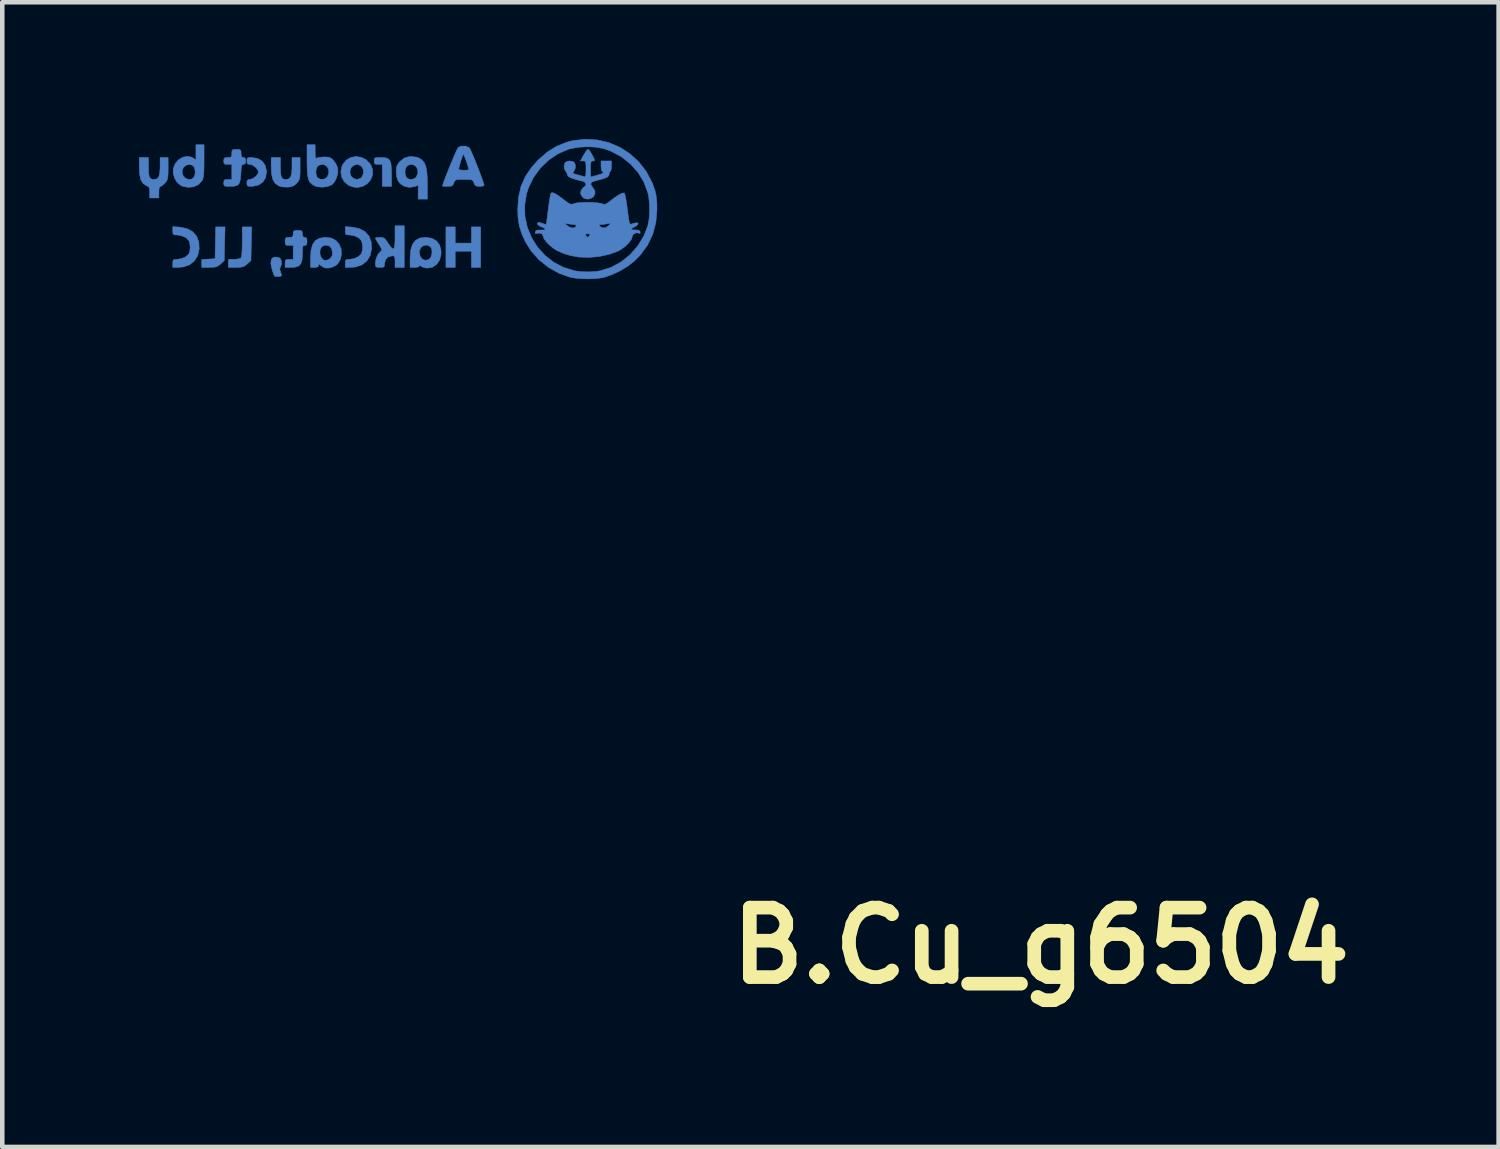
<source format=kicad_pcb>
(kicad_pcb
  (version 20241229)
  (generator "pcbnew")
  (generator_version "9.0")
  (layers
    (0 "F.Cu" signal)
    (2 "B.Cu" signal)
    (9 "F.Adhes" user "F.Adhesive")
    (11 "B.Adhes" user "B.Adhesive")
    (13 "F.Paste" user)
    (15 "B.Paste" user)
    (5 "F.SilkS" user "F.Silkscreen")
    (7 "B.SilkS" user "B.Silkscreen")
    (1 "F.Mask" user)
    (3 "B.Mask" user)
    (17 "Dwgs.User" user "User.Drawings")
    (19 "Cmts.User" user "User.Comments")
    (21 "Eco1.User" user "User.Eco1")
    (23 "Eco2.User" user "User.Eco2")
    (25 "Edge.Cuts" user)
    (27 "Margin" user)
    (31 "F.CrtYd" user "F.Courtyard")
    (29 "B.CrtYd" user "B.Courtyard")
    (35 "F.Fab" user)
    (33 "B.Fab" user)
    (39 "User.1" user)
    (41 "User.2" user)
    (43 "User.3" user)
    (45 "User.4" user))
  (footprint "B.Cu_g6504"
    (layer "F.Cu")
    (at 19.792 17.703)
    (property "Reference" "B.Cu_g6504" (at 0 0 0) (layer "F.SilkS") (effects (font (size 1.524 1.524) (thickness 0.3))))
    (attr through_hole)
    (fp_poly (pts (xy -12.852 -15.418) (xy -12.497 -15.418) (xy -12.497 -15.773) (xy -12.294 -15.773) (xy -12.294 -14.884) (xy -12.497 -14.884) (xy -12.497 -15.24) (xy -12.852 -15.24) (xy -12.852 -14.884) (xy -13.056 -14.884) (xy -13.056 -15.773) (xy -12.852 -15.773) (xy -12.852 -15.418)) (stroke (width 0.01) (type solid)) (fill yes) (layer "B.Cu"))
    (fp_poly (pts (xy -17.911 -15.403) (xy -17.92 -15.033) (xy -18.003 -14.958) (xy -18.055 -14.917) (xy -18.107 -14.895) (xy -18.176 -14.886) (xy -18.25 -14.884) (xy -18.415 -14.884) (xy -18.415 -15.06) (xy -18.269 -15.067) (xy -18.123 -15.075) (xy -18.116 -15.424) (xy -18.109 -15.773) (xy -17.903 -15.773) (xy -17.911 -15.403)) (stroke (width 0.01) (type solid)) (fill yes) (layer "B.Cu"))
    (fp_poly (pts (xy -14.396 -17.293) (xy -14.33 -17.274) (xy -14.287 -17.234) (xy -14.263 -17.165) (xy -14.252 -17.06) (xy -14.249 -16.929) (xy -14.249 -16.662) (xy -14.453 -16.662) (xy -14.453 -17.145) (xy -14.541 -17.145) (xy -14.601 -17.149) (xy -14.626 -17.171) (xy -14.63 -17.221) (xy -14.628 -17.265) (xy -14.613 -17.287) (xy -14.572 -17.296) (xy -14.493 -17.297) (xy -14.491 -17.297) (xy -14.396 -17.293)) (stroke (width 0.01) (type solid)) (fill yes) (layer "B.Cu"))
    (fp_poly (pts (xy -17.327 -15.403) (xy -17.335 -15.033) (xy -17.418 -14.958) (xy -17.471 -14.917) (xy -17.522 -14.895) (xy -17.592 -14.886) (xy -17.666 -14.884) (xy -17.831 -14.884) (xy -17.831 -15.062) (xy -17.709 -15.062) (xy -17.63 -15.068) (xy -17.572 -15.083) (xy -17.556 -15.093) (xy -17.541 -15.134) (xy -17.532 -15.223) (xy -17.527 -15.361) (xy -17.526 -15.448) (xy -17.526 -15.773) (xy -17.319 -15.773) (xy -17.327 -15.403)) (stroke (width 0.01) (type solid)) (fill yes) (layer "B.Cu"))
    (fp_poly (pts (xy -16.731 -15.103) (xy -16.693 -15.083) (xy -16.668 -15.03) (xy -16.664 -14.961) (xy -16.682 -14.903) (xy -16.689 -14.894) (xy -16.702 -14.85) (xy -16.689 -14.798) (xy -16.67 -14.74) (xy -16.662 -14.705) (xy -16.684 -14.689) (xy -16.732 -14.682) (xy -16.786 -14.684) (xy -16.821 -14.697) (xy -16.823 -14.7) (xy -16.836 -14.734) (xy -16.858 -14.799) (xy -16.875 -14.854) (xy -16.899 -14.975) (xy -16.889 -15.058) (xy -16.846 -15.104) (xy -16.795 -15.113) (xy -16.731 -15.103)) (stroke (width 0.01) (type solid)) (fill yes) (layer "B.Cu"))
    (fp_poly (pts (xy -16.688 -17.087) (xy -16.684 -16.964) (xy -16.671 -16.883) (xy -16.646 -16.837) (xy -16.603 -16.817) (xy -16.57 -16.815) (xy -16.508 -16.826) (xy -16.467 -16.864) (xy -16.444 -16.936) (xy -16.434 -17.049) (xy -16.434 -17.096) (xy -16.434 -17.297) (xy -16.256 -17.297) (xy -16.256 -17.057) (xy -16.257 -16.943) (xy -16.262 -16.867) (xy -16.273 -16.815) (xy -16.294 -16.776) (xy -16.327 -16.736) (xy -16.386 -16.682) (xy -16.453 -16.655) (xy -16.524 -16.646) (xy -16.66 -16.652) (xy -16.73 -16.677) (xy -16.804 -16.732) (xy -16.854 -16.814) (xy -16.882 -16.929) (xy -16.891 -17.086) (xy -16.891 -17.092) (xy -16.891 -17.297) (xy -16.688 -17.297) (xy -16.688 -17.087)) (stroke (width 0.01) (type solid)) (fill yes) (layer "B.Cu"))
    (fp_poly (pts (xy -17.19 -17.277) (xy -17.089 -17.217) (xy -17.021 -17.124) (xy -16.993 -17.001) (xy -16.993 -16.98) (xy -17.014 -16.853) (xy -17.076 -16.755) (xy -17.173 -16.69) (xy -17.3 -16.663) (xy -17.322 -16.662) (xy -17.387 -16.665) (xy -17.417 -16.681) (xy -17.424 -16.721) (xy -17.424 -16.739) (xy -17.418 -16.793) (xy -17.389 -16.813) (xy -17.36 -16.815) (xy -17.297 -16.833) (xy -17.233 -16.878) (xy -17.185 -16.935) (xy -17.17 -16.98) (xy -17.192 -17.035) (xy -17.243 -17.09) (xy -17.308 -17.132) (xy -17.36 -17.145) (xy -17.406 -17.153) (xy -17.423 -17.187) (xy -17.424 -17.221) (xy -17.42 -17.27) (xy -17.399 -17.292) (xy -17.346 -17.297) (xy -17.322 -17.297) (xy -17.19 -17.277)) (stroke (width 0.01) (type solid)) (fill yes) (layer "B.Cu"))
    (fp_poly (pts (xy -18.9 -15.769) (xy -18.74 -15.737) (xy -18.615 -15.67) (xy -18.527 -15.569) (xy -18.478 -15.439) (xy -18.471 -15.292) (xy -18.503 -15.144) (xy -18.575 -15.026) (xy -18.683 -14.942) (xy -18.822 -14.894) (xy -18.929 -14.885) (xy -19.05 -14.884) (xy -19.05 -14.973) (xy -19.046 -15.033) (xy -19.024 -15.057) (xy -18.969 -15.062) (xy -18.96 -15.062) (xy -18.858 -15.078) (xy -18.765 -15.119) (xy -18.702 -15.177) (xy -18.695 -15.188) (xy -18.677 -15.246) (xy -18.669 -15.323) (xy -18.669 -15.329) (xy -18.676 -15.405) (xy -18.693 -15.467) (xy -18.695 -15.47) (xy -18.752 -15.53) (xy -18.84 -15.574) (xy -18.942 -15.595) (xy -18.96 -15.596) (xy -19.02 -15.599) (xy -19.045 -15.62) (xy -19.05 -15.674) (xy -19.05 -15.688) (xy -19.05 -15.78) (xy -18.9 -15.769)) (stroke (width 0.01) (type solid)) (fill yes) (layer "B.Cu"))
    (fp_poly (pts (xy -15.115 -15.769) (xy -14.956 -15.737) (xy -14.831 -15.67) (xy -14.742 -15.569) (xy -14.694 -15.439) (xy -14.686 -15.292) (xy -14.719 -15.144) (xy -14.791 -15.026) (xy -14.898 -14.942) (xy -15.038 -14.894) (xy -15.145 -14.885) (xy -15.265 -14.884) (xy -15.265 -14.973) (xy -15.262 -15.033) (xy -15.24 -15.057) (xy -15.184 -15.062) (xy -15.175 -15.062) (xy -15.073 -15.078) (xy -14.981 -15.119) (xy -14.917 -15.177) (xy -14.911 -15.188) (xy -14.893 -15.246) (xy -14.884 -15.323) (xy -14.884 -15.329) (xy -14.892 -15.405) (xy -14.909 -15.467) (xy -14.911 -15.47) (xy -14.967 -15.53) (xy -15.056 -15.574) (xy -15.157 -15.595) (xy -15.175 -15.596) (xy -15.235 -15.599) (xy -15.26 -15.62) (xy -15.265 -15.674) (xy -15.265 -15.688) (xy -15.265 -15.78) (xy -15.115 -15.769)) (stroke (width 0.01) (type solid)) (fill yes) (layer "B.Cu"))
    (fp_poly (pts (xy -19.583 -17.087) (xy -19.58 -16.964) (xy -19.567 -16.883) (xy -19.541 -16.837) (xy -19.499 -16.817) (xy -19.466 -16.815) (xy -19.404 -16.826) (xy -19.363 -16.864) (xy -19.339 -16.936) (xy -19.33 -17.049) (xy -19.329 -17.096) (xy -19.329 -17.297) (xy -19.152 -17.297) (xy -19.152 -17.058) (xy -19.153 -16.944) (xy -19.158 -16.867) (xy -19.17 -16.815) (xy -19.191 -16.774) (xy -19.217 -16.741) (xy -19.268 -16.691) (xy -19.311 -16.664) (xy -19.319 -16.662) (xy -19.342 -16.646) (xy -19.353 -16.592) (xy -19.355 -16.535) (xy -19.355 -16.408) (xy -19.558 -16.408) (xy -19.558 -16.53) (xy -19.561 -16.605) (xy -19.576 -16.646) (xy -19.611 -16.671) (xy -19.635 -16.68) (xy -19.703 -16.726) (xy -19.751 -16.807) (xy -19.778 -16.927) (xy -19.787 -17.091) (xy -19.787 -17.093) (xy -19.787 -17.297) (xy -19.583 -17.297) (xy -19.583 -17.087)) (stroke (width 0.01) (type solid)) (fill yes) (layer "B.Cu"))
    (fp_poly (pts (xy -14.914 -17.302) (xy -14.807 -17.249) (xy -14.718 -17.157) (xy -14.706 -17.139) (xy -14.664 -17.027) (xy -14.666 -16.914) (xy -14.707 -16.809) (xy -14.78 -16.722) (xy -14.88 -16.662) (xy -15.002 -16.637) (xy -15.011 -16.637) (xy -15.097 -16.65) (xy -15.182 -16.681) (xy -15.188 -16.683) (xy -15.284 -16.762) (xy -15.344 -16.866) (xy -15.362 -16.98) (xy -15.164 -16.98) (xy -15.143 -16.899) (xy -15.089 -16.839) (xy -15.014 -16.815) (xy -15.011 -16.815) (xy -14.933 -16.837) (xy -14.899 -16.871) (xy -14.865 -16.953) (xy -14.869 -17.034) (xy -14.907 -17.101) (xy -14.972 -17.14) (xy -15.011 -17.145) (xy -15.086 -17.122) (xy -15.141 -17.063) (xy -15.164 -16.983) (xy -15.164 -16.98) (xy -15.362 -16.98) (xy -15.362 -16.985) (xy -15.337 -17.108) (xy -15.321 -17.143) (xy -15.244 -17.239) (xy -15.143 -17.298) (xy -15.03 -17.319) (xy -14.914 -17.302)) (stroke (width 0.01) (type solid)) (fill yes) (layer "B.Cu"))
    (fp_poly (pts (xy -13.369 -15.525) (xy -13.263 -15.467) (xy -13.194 -15.375) (xy -13.162 -15.251) (xy -13.164 -15.158) (xy -13.196 -15.04) (xy -13.263 -14.947) (xy -13.355 -14.888) (xy -13.464 -14.869) (xy -13.525 -14.877) (xy -13.584 -14.9) (xy -13.608 -14.916) (xy -13.635 -14.927) (xy -13.64 -14.913) (xy -13.663 -14.894) (xy -13.721 -14.885) (xy -13.741 -14.884) (xy -13.843 -14.884) (xy -13.843 -15.089) (xy -13.834 -15.215) (xy -13.64 -15.215) (xy -13.622 -15.128) (xy -13.576 -15.068) (xy -13.512 -15.041) (xy -13.441 -15.055) (xy -13.407 -15.079) (xy -13.374 -15.136) (xy -13.361 -15.213) (xy -13.369 -15.29) (xy -13.399 -15.342) (xy -13.471 -15.375) (xy -13.544 -15.366) (xy -13.604 -15.322) (xy -13.637 -15.249) (xy -13.64 -15.215) (xy -13.834 -15.215) (xy -13.83 -15.26) (xy -13.791 -15.389) (xy -13.724 -15.478) (xy -13.628 -15.529) (xy -13.507 -15.545) (xy -13.369 -15.525)) (stroke (width 0.01) (type solid)) (fill yes) (layer "B.Cu"))
    (fp_poly (pts (xy -18.364 -17.219) (xy -18.365 -17.068) (xy -18.369 -16.958) (xy -18.377 -16.881) (xy -18.389 -16.827) (xy -18.407 -16.788) (xy -18.408 -16.787) (xy -18.484 -16.704) (xy -18.589 -16.654) (xy -18.71 -16.64) (xy -18.833 -16.665) (xy -18.872 -16.681) (xy -18.953 -16.748) (xy -19.012 -16.846) (xy -19.042 -16.96) (xy -19.041 -16.98) (xy -18.847 -16.98) (xy -18.827 -16.904) (xy -18.778 -16.847) (xy -18.713 -16.817) (xy -18.645 -16.819) (xy -18.591 -16.855) (xy -18.567 -16.908) (xy -18.557 -16.98) (xy -18.557 -16.98) (xy -18.574 -17.073) (xy -18.624 -17.129) (xy -18.696 -17.145) (xy -18.769 -17.122) (xy -18.824 -17.064) (xy -18.847 -16.984) (xy -18.847 -16.98) (xy -19.041 -16.98) (xy -19.039 -17.054) (xy -18.999 -17.16) (xy -18.928 -17.244) (xy -18.837 -17.3) (xy -18.738 -17.323) (xy -18.64 -17.306) (xy -18.606 -17.287) (xy -18.542 -17.245) (xy -18.542 -17.577) (xy -18.364 -17.577) (xy -18.364 -17.219)) (stroke (width 0.01) (type solid)) (fill yes) (layer "B.Cu"))
    (fp_poly (pts (xy -13.709 -17.306) (xy -13.657 -17.288) (xy -13.587 -17.248) (xy -13.535 -17.191) (xy -13.498 -17.108) (xy -13.476 -16.995) (xy -13.465 -16.843) (xy -13.463 -16.707) (xy -13.462 -16.383) (xy -13.665 -16.383) (xy -13.665 -16.687) (xy -13.73 -16.662) (xy -13.849 -16.64) (xy -13.961 -16.66) (xy -14.056 -16.718) (xy -14.109 -16.789) (xy -14.132 -16.859) (xy -14.146 -16.952) (xy -14.147 -16.98) (xy -13.955 -16.98) (xy -13.945 -16.909) (xy -13.921 -16.855) (xy -13.921 -16.855) (xy -13.863 -16.82) (xy -13.79 -16.819) (xy -13.724 -16.85) (xy -13.705 -16.871) (xy -13.671 -16.953) (xy -13.676 -17.034) (xy -13.713 -17.1) (xy -13.777 -17.14) (xy -13.816 -17.145) (xy -13.894 -17.125) (xy -13.941 -17.066) (xy -13.955 -16.98) (xy -14.147 -16.98) (xy -14.148 -16.992) (xy -14.142 -17.079) (xy -14.119 -17.142) (xy -14.068 -17.207) (xy -14.064 -17.211) (xy -13.962 -17.288) (xy -13.841 -17.32) (xy -13.709 -17.306)) (stroke (width 0.01) (type solid)) (fill yes) (layer "B.Cu"))
    (fp_poly (pts (xy -15.567 -15.528) (xy -15.471 -15.477) (xy -15.4 -15.395) (xy -15.355 -15.29) (xy -15.347 -15.174) (xy -15.371 -15.061) (xy -15.427 -14.967) (xy -15.474 -14.925) (xy -15.554 -14.888) (xy -15.643 -14.869) (xy -15.716 -14.874) (xy -15.723 -14.876) (xy -15.773 -14.905) (xy -15.805 -14.93) (xy -15.839 -14.955) (xy -15.849 -14.943) (xy -15.85 -14.926) (xy -15.865 -14.896) (xy -15.916 -14.885) (xy -15.938 -14.884) (xy -16.027 -14.884) (xy -16.027 -15.09) (xy -16.017 -15.255) (xy -15.82 -15.255) (xy -15.819 -15.175) (xy -15.794 -15.102) (xy -15.747 -15.051) (xy -15.699 -15.037) (xy -15.648 -15.051) (xy -15.601 -15.076) (xy -15.555 -15.136) (xy -15.545 -15.198) (xy -15.562 -15.294) (xy -15.611 -15.354) (xy -15.684 -15.373) (xy -15.751 -15.358) (xy -15.79 -15.327) (xy -15.82 -15.255) (xy -16.017 -15.255) (xy -16.016 -15.26) (xy -15.982 -15.387) (xy -15.921 -15.474) (xy -15.832 -15.525) (xy -15.711 -15.544) (xy -15.692 -15.544) (xy -15.567 -15.528)) (stroke (width 0.01) (type solid)) (fill yes) (layer "B.Cu"))
    (fp_poly (pts (xy -13.97 -14.884) (xy -14.173 -14.884) (xy -14.173 -15.011) (xy -14.175 -15.087) (xy -14.186 -15.125) (xy -14.211 -15.137) (xy -14.231 -15.138) (xy -14.32 -15.117) (xy -14.38 -15.058) (xy -14.402 -14.972) (xy -14.402 -14.972) (xy -14.405 -14.916) (xy -14.424 -14.891) (xy -14.474 -14.885) (xy -14.503 -14.884) (xy -14.568 -14.887) (xy -14.597 -14.904) (xy -14.605 -14.947) (xy -14.605 -14.975) (xy -14.59 -15.073) (xy -14.552 -15.163) (xy -14.5 -15.227) (xy -14.486 -15.236) (xy -14.465 -15.254) (xy -14.465 -15.281) (xy -14.489 -15.329) (xy -14.524 -15.385) (xy -14.568 -15.456) (xy -14.597 -15.508) (xy -14.605 -15.528) (xy -14.582 -15.539) (xy -14.526 -15.544) (xy -14.506 -15.545) (xy -14.448 -15.541) (xy -14.406 -15.522) (xy -14.366 -15.478) (xy -14.326 -15.418) (xy -14.269 -15.336) (xy -14.227 -15.295) (xy -14.199 -15.298) (xy -14.183 -15.346) (xy -14.175 -15.442) (xy -14.173 -15.545) (xy -14.173 -15.799) (xy -13.97 -15.799) (xy -13.97 -14.884)) (stroke (width 0.01) (type solid)) (fill yes) (layer "B.Cu"))
    (fp_poly (pts (xy -16.242 -15.694) (xy -16.213 -15.678) (xy -16.205 -15.637) (xy -16.205 -15.621) (xy -16.197 -15.565) (xy -16.168 -15.546) (xy -16.154 -15.545) (xy -16.119 -15.535) (xy -16.105 -15.496) (xy -16.104 -15.456) (xy -16.109 -15.395) (xy -16.131 -15.37) (xy -16.154 -15.367) (xy -16.181 -15.362) (xy -16.196 -15.342) (xy -16.203 -15.294) (xy -16.205 -15.208) (xy -16.205 -15.181) (xy -16.213 -15.052) (xy -16.24 -14.965) (xy -16.291 -14.913) (xy -16.374 -14.889) (xy -16.454 -14.884) (xy -16.586 -14.884) (xy -16.586 -14.973) (xy -16.582 -15.033) (xy -16.56 -15.057) (xy -16.504 -15.062) (xy -16.497 -15.062) (xy -16.408 -15.062) (xy -16.408 -15.367) (xy -16.497 -15.367) (xy -16.557 -15.371) (xy -16.581 -15.393) (xy -16.586 -15.449) (xy -16.586 -15.456) (xy -16.582 -15.515) (xy -16.56 -15.54) (xy -16.504 -15.545) (xy -16.497 -15.545) (xy -16.438 -15.549) (xy -16.413 -15.571) (xy -16.408 -15.621) (xy -16.404 -15.67) (xy -16.383 -15.692) (xy -16.329 -15.697) (xy -16.307 -15.697) (xy -16.242 -15.694)) (stroke (width 0.01) (type solid)) (fill yes) (layer "B.Cu"))
    (fp_poly (pts (xy -17.588 -17.473) (xy -17.559 -17.456) (xy -17.552 -17.413) (xy -17.551 -17.386) (xy -17.546 -17.325) (xy -17.524 -17.3) (xy -17.501 -17.297) (xy -17.463 -17.285) (xy -17.45 -17.241) (xy -17.45 -17.221) (xy -17.458 -17.165) (xy -17.488 -17.145) (xy -17.498 -17.145) (xy -17.522 -17.139) (xy -17.538 -17.116) (xy -17.547 -17.065) (xy -17.554 -16.976) (xy -17.555 -16.94) (xy -17.565 -16.817) (xy -17.587 -16.737) (xy -17.627 -16.69) (xy -17.693 -16.668) (xy -17.794 -16.662) (xy -17.798 -16.662) (xy -17.876 -16.664) (xy -17.916 -16.673) (xy -17.93 -16.697) (xy -17.932 -16.739) (xy -17.927 -16.79) (xy -17.902 -16.811) (xy -17.843 -16.815) (xy -17.755 -16.815) (xy -17.755 -17.145) (xy -17.843 -17.145) (xy -17.903 -17.149) (xy -17.928 -17.171) (xy -17.932 -17.221) (xy -17.927 -17.272) (xy -17.902 -17.293) (xy -17.843 -17.297) (xy -17.784 -17.301) (xy -17.759 -17.324) (xy -17.755 -17.38) (xy -17.755 -17.386) (xy -17.752 -17.443) (xy -17.733 -17.469) (xy -17.683 -17.475) (xy -17.653 -17.475) (xy -17.588 -17.473)) (stroke (width 0.01) (type solid)) (fill yes) (layer "B.Cu"))
    (fp_poly (pts (xy -15.926 -17.422) (xy -15.924 -17.337) (xy -15.918 -17.293) (xy -15.903 -17.281) (xy -15.881 -17.288) (xy -15.83 -17.3) (xy -15.752 -17.308) (xy -15.714 -17.309) (xy -15.632 -17.304) (xy -15.577 -17.283) (xy -15.524 -17.235) (xy -15.518 -17.228) (xy -15.467 -17.153) (xy -15.432 -17.071) (xy -15.429 -17.056) (xy -15.428 -16.957) (xy -15.456 -16.851) (xy -15.503 -16.757) (xy -15.561 -16.696) (xy -15.652 -16.659) (xy -15.765 -16.645) (xy -15.876 -16.654) (xy -15.94 -16.675) (xy -15.999 -16.711) (xy -16.043 -16.756) (xy -16.072 -16.817) (xy -16.091 -16.902) (xy -16.097 -16.98) (xy -15.911 -16.98) (xy -15.901 -16.909) (xy -15.877 -16.855) (xy -15.877 -16.855) (xy -15.819 -16.82) (xy -15.746 -16.819) (xy -15.68 -16.85) (xy -15.661 -16.871) (xy -15.627 -16.953) (xy -15.631 -17.034) (xy -15.668 -17.1) (xy -15.732 -17.14) (xy -15.772 -17.145) (xy -15.85 -17.125) (xy -15.897 -17.066) (xy -15.911 -16.98) (xy -16.097 -16.98) (xy -16.1 -17.019) (xy -16.104 -17.178) (xy -16.104 -17.219) (xy -16.104 -17.577) (xy -15.926 -17.577) (xy -15.926 -17.422)) (stroke (width 0.01) (type solid)) (fill yes) (layer "B.Cu"))
    (fp_poly (pts (xy -12.558 -17.521) (xy -12.539 -17.505) (xy -12.519 -17.469) (xy -12.485 -17.396) (xy -12.443 -17.296) (xy -12.395 -17.178) (xy -12.346 -17.054) (xy -12.3 -16.933) (xy -12.261 -16.825) (xy -12.232 -16.741) (xy -12.218 -16.691) (xy -12.217 -16.685) (xy -12.24 -16.671) (xy -12.296 -16.663) (xy -12.317 -16.662) (xy -12.384 -16.668) (xy -12.42 -16.691) (xy -12.442 -16.739) (xy -12.458 -16.777) (xy -12.478 -16.8) (xy -12.517 -16.811) (xy -12.585 -16.814) (xy -12.662 -16.815) (xy -12.76 -16.814) (xy -12.819 -16.809) (xy -12.852 -16.795) (xy -12.87 -16.769) (xy -12.882 -16.739) (xy -12.904 -16.691) (xy -12.937 -16.669) (xy -12.999 -16.663) (xy -13.02 -16.662) (xy -13.087 -16.664) (xy -13.127 -16.667) (xy -13.131 -16.669) (xy -13.121 -16.709) (xy -13.095 -16.784) (xy -13.057 -16.886) (xy -13.011 -17.003) (xy -12.997 -17.039) (xy -12.776 -17.039) (xy -12.753 -17.026) (xy -12.696 -17.019) (xy -12.66 -17.018) (xy -12.59 -17.02) (xy -12.559 -17.03) (xy -12.557 -17.056) (xy -12.562 -17.075) (xy -12.608 -17.215) (xy -12.643 -17.308) (xy -12.667 -17.355) (xy -12.68 -17.359) (xy -12.695 -17.322) (xy -12.718 -17.255) (xy -12.742 -17.175) (xy -12.763 -17.1) (xy -12.775 -17.049) (xy -12.776 -17.039) (xy -12.997 -17.039) (xy -12.961 -17.128) (xy -12.91 -17.25) (xy -12.863 -17.36) (xy -12.824 -17.447) (xy -12.796 -17.504) (xy -12.785 -17.519) (xy -12.713 -17.547) (xy -12.63 -17.547) (xy -12.558 -17.521)) (stroke (width 0.01) (type solid)) (fill yes) (layer "B.Cu"))
    (fp_poly (pts (xy -9.735 -17.683) (xy -9.479 -17.623) (xy -9.239 -17.521) (xy -9.019 -17.38) (xy -8.825 -17.202) (xy -8.661 -16.992) (xy -8.532 -16.751) (xy -8.468 -16.573) (xy -8.44 -16.448) (xy -8.426 -16.296) (xy -8.424 -16.154) (xy -8.448 -15.871) (xy -8.517 -15.611) (xy -8.631 -15.373) (xy -8.792 -15.154) (xy -8.917 -15.026) (xy -9.057 -14.917) (xy -9.225 -14.814) (xy -9.403 -14.729) (xy -9.573 -14.67) (xy -9.622 -14.658) (xy -9.756 -14.64) (xy -9.916 -14.633) (xy -10.082 -14.637) (xy -10.235 -14.651) (xy -10.338 -14.67) (xy -10.58 -14.758) (xy -10.807 -14.886) (xy -11.011 -15.049) (xy -11.183 -15.24) (xy -11.31 -15.443) (xy -11.394 -15.628) (xy -11.446 -15.799) (xy -11.474 -15.976) (xy -11.48 -16.155) (xy -11.475 -16.244) (xy -11.328 -16.244) (xy -11.32 -15.998) (xy -11.268 -15.761) (xy -11.176 -15.537) (xy -11.047 -15.332) (xy -10.885 -15.151) (xy -10.693 -15) (xy -10.475 -14.885) (xy -10.233 -14.811) (xy -10.223 -14.809) (xy -10.072 -14.79) (xy -9.9 -14.787) (xy -9.736 -14.8) (xy -9.672 -14.811) (xy -9.433 -14.885) (xy -9.213 -15.004) (xy -9.016 -15.162) (xy -8.848 -15.353) (xy -8.714 -15.572) (xy -8.626 -15.797) (xy -8.6 -15.932) (xy -8.587 -16.095) (xy -8.589 -16.268) (xy -8.606 -16.431) (xy -8.625 -16.524) (xy -8.71 -16.755) (xy -8.84 -16.968) (xy -9.007 -17.155) (xy -9.205 -17.312) (xy -9.431 -17.433) (xy -9.588 -17.49) (xy -9.76 -17.523) (xy -9.955 -17.533) (xy -10.153 -17.521) (xy -10.333 -17.487) (xy -10.365 -17.478) (xy -10.594 -17.38) (xy -10.803 -17.239) (xy -10.985 -17.062) (xy -11.135 -16.856) (xy -11.246 -16.627) (xy -11.288 -16.492) (xy -11.328 -16.244) (xy -11.475 -16.244) (xy -11.463 -16.422) (xy -11.409 -16.66) (xy -11.314 -16.877) (xy -11.175 -17.083) (xy -11.037 -17.237) (xy -10.836 -17.413) (xy -10.626 -17.544) (xy -10.399 -17.634) (xy -10.274 -17.666) (xy -10.002 -17.698) (xy -9.735 -17.683)) (stroke (width 0.01) (type solid)) (fill yes) (layer "B.Cu"))
    (fp_poly (pts (xy -9.919 -17.467) (xy -9.884 -17.421) (xy -9.835 -17.332) (xy -9.827 -17.316) (xy -9.797 -17.257) (xy -9.791 -17.229) (xy -9.809 -17.222) (xy -9.829 -17.221) (xy -9.856 -17.216) (xy -9.872 -17.195) (xy -9.879 -17.146) (xy -9.881 -17.058) (xy -9.881 -17.046) (xy -9.881 -16.87) (xy -9.751 -16.904) (xy -9.653 -16.934) (xy -9.605 -16.959) (xy -9.606 -16.979) (xy -9.62 -16.985) (xy -9.641 -17.017) (xy -9.651 -17.086) (xy -9.652 -17.109) (xy -9.652 -17.221) (xy -9.423 -17.221) (xy -9.423 -17.107) (xy -9.428 -17.039) (xy -9.441 -16.998) (xy -9.449 -16.993) (xy -9.468 -16.971) (xy -9.474 -16.931) (xy -9.481 -16.899) (xy -9.505 -16.873) (xy -9.555 -16.848) (xy -9.637 -16.821) (xy -9.759 -16.788) (xy -9.811 -16.776) (xy -9.867 -16.747) (xy -9.875 -16.703) (xy -9.836 -16.643) (xy -9.83 -16.637) (xy -9.786 -16.565) (xy -9.785 -16.492) (xy -9.823 -16.43) (xy -9.893 -16.391) (xy -9.952 -16.383) (xy -10.027 -16.4) (xy -10.074 -16.448) (xy -10.102 -16.506) (xy -10.094 -16.561) (xy -10.088 -16.575) (xy -10.053 -16.628) (xy -10.021 -16.653) (xy -9.985 -16.686) (xy -9.988 -16.728) (xy -10.025 -16.765) (xy -10.052 -16.775) (xy -10.196 -16.811) (xy -10.295 -16.842) (xy -10.356 -16.87) (xy -10.384 -16.897) (xy -10.389 -16.914) (xy -10.407 -16.969) (xy -10.427 -16.993) (xy -10.457 -17.046) (xy -10.463 -17.117) (xy -10.443 -17.179) (xy -10.434 -17.191) (xy -10.387 -17.214) (xy -10.338 -17.221) (xy -10.276 -17.21) (xy -10.241 -17.191) (xy -10.214 -17.133) (xy -10.217 -17.059) (xy -10.248 -16.994) (xy -10.25 -16.992) (xy -10.269 -16.964) (xy -10.259 -16.946) (xy -10.211 -16.929) (xy -10.177 -16.92) (xy -10.099 -16.899) (xy -10.037 -16.881) (xy -10.024 -16.876) (xy -10.002 -16.874) (xy -9.989 -16.895) (xy -9.984 -16.948) (xy -9.982 -17.041) (xy -9.983 -17.134) (xy -9.988 -17.188) (xy -10.002 -17.214) (xy -10.027 -17.221) (xy -10.044 -17.221) (xy -10.107 -17.221) (xy -10.026 -17.362) (xy -9.982 -17.435) (xy -9.949 -17.471) (xy -9.919 -17.467)) (stroke (width 0.01) (type solid)) (fill yes) (layer "B.Cu"))
    (fp_poly (pts (xy -10.668 -16.509) (xy -10.592 -16.462) (xy -10.486 -16.384) (xy -10.462 -16.366) (xy -10.386 -16.308) (xy -10.335 -16.278) (xy -10.297 -16.27) (xy -10.258 -16.28) (xy -10.246 -16.285) (xy -10.177 -16.301) (xy -10.074 -16.31) (xy -9.953 -16.314) (xy -9.831 -16.311) (xy -9.724 -16.302) (xy -9.648 -16.287) (xy -9.641 -16.284) (xy -9.581 -16.267) (xy -9.534 -16.281) (xy -9.501 -16.304) (xy -9.36 -16.411) (xy -9.254 -16.482) (xy -9.181 -16.517) (xy -9.142 -16.518) (xy -9.14 -16.516) (xy -9.127 -16.481) (xy -9.11 -16.407) (xy -9.093 -16.302) (xy -9.076 -16.178) (xy -9.073 -16.156) (xy -9.056 -16.019) (xy -9.042 -15.925) (xy -9.029 -15.868) (xy -9.015 -15.84) (xy -8.998 -15.834) (xy -8.994 -15.834) (xy -8.937 -15.851) (xy -8.896 -15.862) (xy -8.85 -15.865) (xy -8.838 -15.844) (xy -8.857 -15.811) (xy -8.906 -15.778) (xy -8.915 -15.773) (xy -8.976 -15.742) (xy -8.986 -15.719) (xy -8.947 -15.708) (xy -8.897 -15.707) (xy -8.83 -15.703) (xy -8.799 -15.68) (xy -8.793 -15.662) (xy -8.795 -15.63) (xy -8.813 -15.633) (xy -8.87 -15.645) (xy -8.927 -15.625) (xy -8.963 -15.581) (xy -8.966 -15.56) (xy -8.987 -15.5) (xy -9.041 -15.426) (xy -9.119 -15.349) (xy -9.21 -15.281) (xy -9.273 -15.245) (xy -9.469 -15.172) (xy -9.692 -15.123) (xy -9.923 -15.103) (xy -10.144 -15.112) (xy -10.156 -15.114) (xy -10.327 -15.145) (xy -10.475 -15.19) (xy -10.619 -15.254) (xy -10.704 -15.308) (xy -10.788 -15.378) (xy -10.86 -15.453) (xy -10.908 -15.523) (xy -10.922 -15.569) (xy -10.936 -15.6) (xy -9.994 -15.6) (xy -9.982 -15.583) (xy -9.953 -15.551) (xy -9.944 -15.545) (xy -9.925 -15.561) (xy -9.906 -15.583) (xy -9.891 -15.61) (xy -9.914 -15.62) (xy -9.944 -15.621) (xy -9.991 -15.617) (xy -9.994 -15.6) (xy -10.936 -15.6) (xy -10.943 -15.615) (xy -10.996 -15.638) (xy -11.061 -15.631) (xy -11.094 -15.627) (xy -11.095 -15.662) (xy -11.079 -15.693) (xy -11.038 -15.705) (xy -10.978 -15.705) (xy -10.902 -15.708) (xy -10.875 -15.723) (xy -10.896 -15.747) (xy -10.96 -15.773) (xy -11.018 -15.801) (xy -11.048 -15.833) (xy -11.049 -15.839) (xy -11.04 -15.868) (xy -11.005 -15.872) (xy -10.935 -15.85) (xy -10.933 -15.849) (xy -10.881 -15.833) (xy -10.856 -15.831) (xy -10.851 -15.853) (xy -10.452 -15.853) (xy -10.392 -15.801) (xy -10.326 -15.761) (xy -10.261 -15.75) (xy -10.213 -15.768) (xy -10.202 -15.786) (xy -10.206 -15.818) (xy -10.207 -15.818) (xy -9.693 -15.818) (xy -9.683 -15.793) (xy -9.677 -15.786) (xy -9.62 -15.752) (xy -9.551 -15.758) (xy -9.486 -15.801) (xy -9.484 -15.803) (xy -9.436 -15.857) (xy -9.522 -15.841) (xy -9.597 -15.829) (xy -9.658 -15.824) (xy -9.658 -15.824) (xy -9.693 -15.818) (xy -10.207 -15.818) (xy -10.234 -15.824) (xy -10.291 -15.828) (xy -10.365 -15.839) (xy -10.366 -15.839) (xy -10.452 -15.853) (xy -10.851 -15.853) (xy -10.85 -15.858) (xy -10.84 -15.926) (xy -10.827 -16.024) (xy -10.812 -16.145) (xy -10.809 -16.166) (xy -10.793 -16.291) (xy -10.777 -16.397) (xy -10.761 -16.475) (xy -10.749 -16.515) (xy -10.748 -16.517) (xy -10.718 -16.526) (xy -10.668 -16.509)) (stroke (width 0.01) (type solid)) (fill yes) (layer "B.Cu")))
  (gr_rect
    (start -3 -3)
    (end 29.838 22.121)
    (stroke (width 0.1) (type default))
    (fill no)
    (layer "Edge.Cuts")))
</source>
